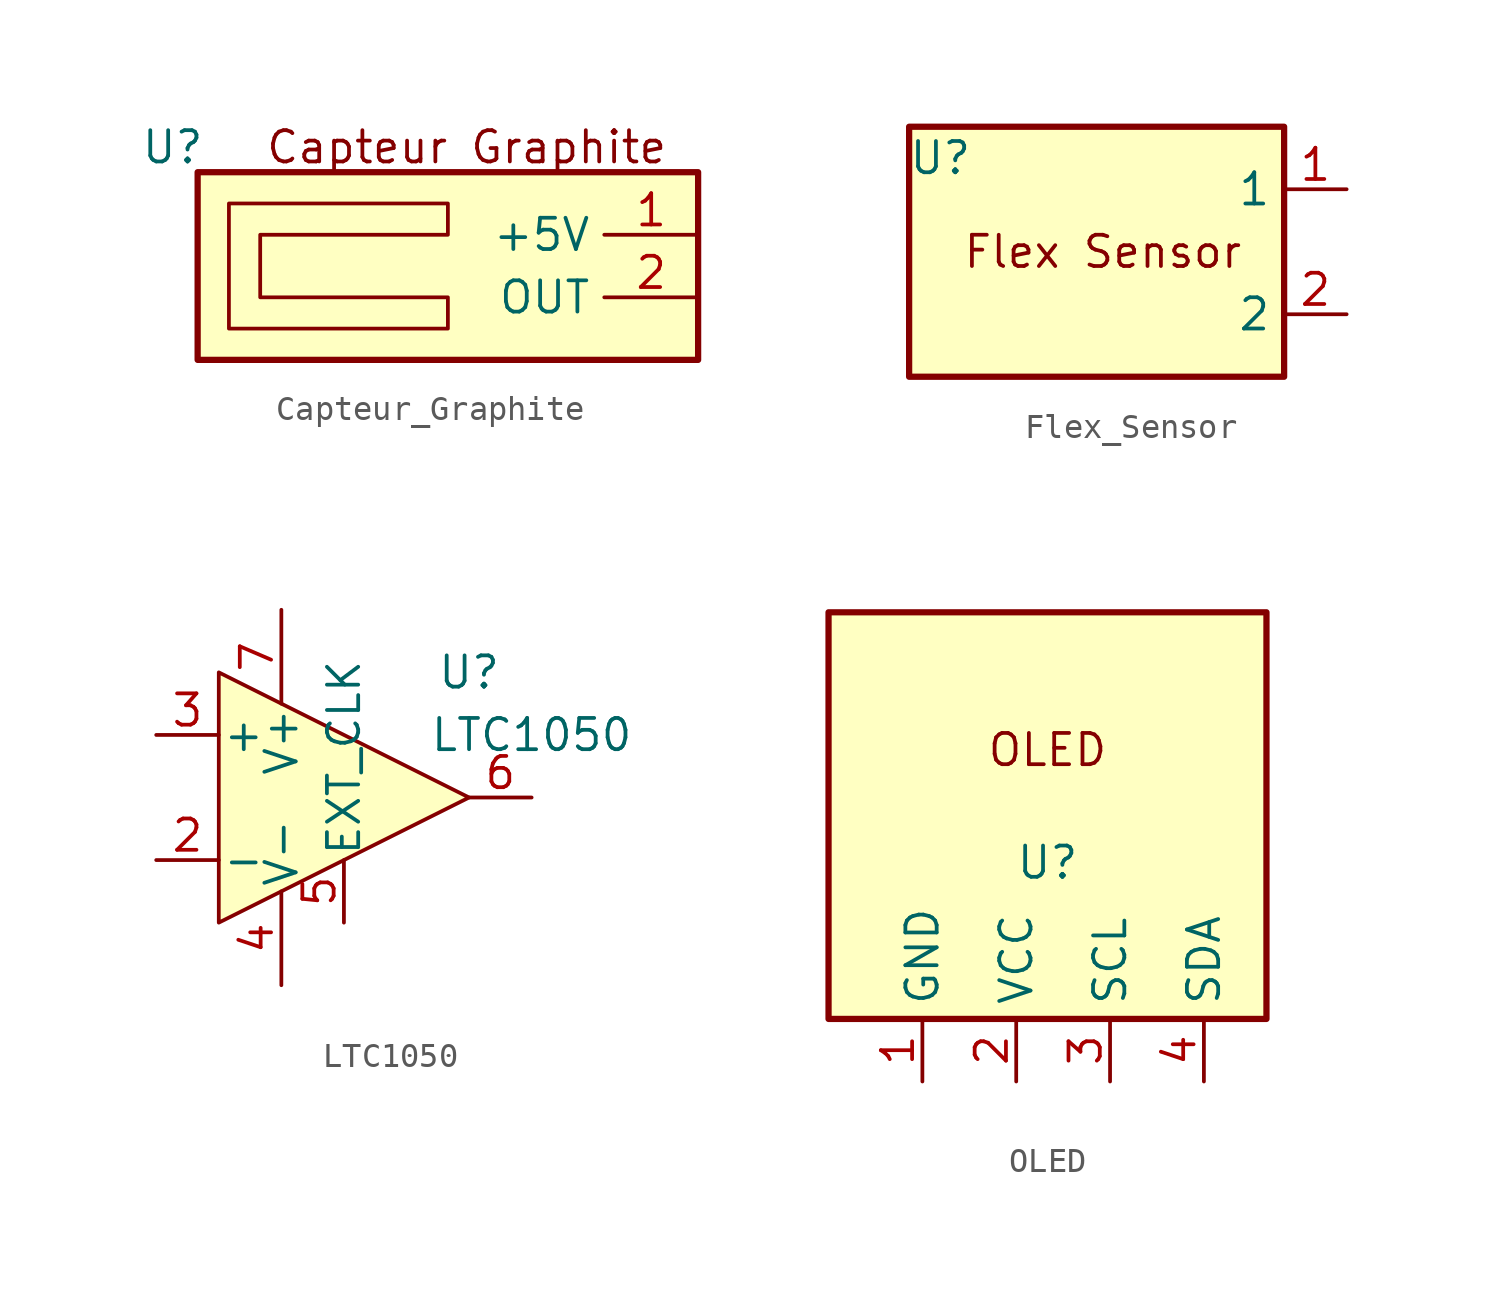
<source format=kicad_sym>
(kicad_symbol_lib
  (version 20241209)
  (generator "kicad_symbol_editor")
  (generator_version "9.0")
  (symbol "Capteur_Graphite"
    (property "Reference" "U"
      (at -13.716 -0.254 0)
      (effects (font (size 1.27 1.27))))
    (property "Value" ""
      (at 0 0 0)
      (effects (font (size 1.27 1.27))))
    (symbol "Capteur_Graphite_0_1"
      (rectangle (start -12.7 -1.27) (end 7.62 -8.89) (stroke (width 0) (type solid)) (fill (type none)))
      (rectangle (start -12.7 -1.27) (end 7.62 -8.89) (stroke (width 0.254) (type default)) (fill (type background)))
      (polyline (pts (xy -2.54 -7.62) (xy -2.54 -6.35) (xy -10.16 -6.35) (xy -10.16 -3.81) (xy -2.54 -3.81) (xy -2.54 -2.54) (xy -11.43 -2.54) (xy -11.43 -7.62) (xy -2.54 -7.62)) (stroke (width 0) (type solid)) (fill (type none))))
    (symbol "Capteur_Graphite_1_1"
      (text "Capteur Graphite" (at -1.778 -0.254 0) (effects (font (size 1.27 1.27))))
      (pin power_in line (at 7.62 -3.81 180) (length 3.81) (name "+5V" (effects (font (size 1.27 1.27)))) (number "1" (effects (font (size 1.27 1.27)))))
      (pin output line (at 7.62 -6.35 180) (length 3.81) (name "OUT" (effects (font (size 1.27 1.27)))) (number "2" (effects (font (size 1.27 1.27)))))))
  (symbol "Flex_Sensor"
    (property "Reference" "U"
      (at -6.35 3.81 0)
      (effects (font (size 1.27 1.27))))
    (property "Value" ""
      (at 0 0 0)
      (effects (font (size 1.27 1.27))))
    (symbol "Flex_Sensor_0_1"
      (rectangle (start -7.62 5.08) (end 7.62 -5.08) (stroke (width 0.254) (type default)) (fill (type background))))
    (symbol "Flex_Sensor_1_1"
      (text "Flex Sensor\n" (at 0.254 0 0) (effects (font (size 1.27 1.27))))
      (pin power_in line (at 10.16 2.54 180) (length 2.54) (name "1" (effects (font (size 1.27 1.27)))) (number "1" (effects (font (size 1.27 1.27)))))
      (pin output line (at 10.16 -2.54 180) (length 2.54) (name "2" (effects (font (size 1.27 1.27)))) (number "2" (effects (font (size 1.27 1.27)))))))
  (symbol "LTC1050"
    (pin_names
      (offset 0.127))
    (property "Reference" "U"
      (at 5.08 5.08 0)
      (effects (font (size 1.27 1.27))))
    (property "Value" "LTC1050"
      (at 7.62 2.54 0)
      (effects (font (size 1.27 1.27))))
    (symbol "LTC1050_0_1"
      (polyline (pts (xy -5.08 5.08) (xy -5.08 -5.08) (xy 5.08 0) (xy -5.08 5.08)) (stroke (width 0) (type default)) (fill (type background))))
    (symbol "LTC1050_1_1"
      (pin input line (at -7.62 2.54 0) (length 2.54) (name "+" (effects (font (size 1.27 1.27)))) (number "3" (effects (font (size 1.27 1.27)))))
      (pin input line (at -7.62 -2.54 0) (length 2.54) (name "-" (effects (font (size 1.27 1.27)))) (number "2" (effects (font (size 1.27 1.27)))))
      (pin no_connect line (at -5.08 0 0) (length 3.81) (hide yes) (name "NC" (effects (font (size 1.27 1.27)))) (number "1" (effects (font (size 1.27 1.27)))))
      (pin power_in line (at -2.54 7.62 270) (length 3.81) (name "V+" (effects (font (size 1.27 1.27)))) (number "7" (effects (font (size 1.27 1.27)))))
      (pin power_in line (at -2.54 -7.62 90) (length 3.81) (name "V-" (effects (font (size 1.27 1.27)))) (number "4" (effects (font (size 1.27 1.27)))))
      (pin no_connect line (at 0 2.54 270) (length 3.81) (hide yes) (name "NC" (effects (font (size 1.27 1.27)))) (number "8" (effects (font (size 1.27 1.27)))))
      (pin input line (at 0 -5.08 90) (length 2.54) (name "EXT_CLK" (effects (font (size 1.27 1.27)))) (number "5" (effects (font (size 1.27 1.27)))))
      (pin output line (at 7.62 0 180) (length 2.54) (name "~" (effects (font (size 1.27 1.27)))) (number "6" (effects (font (size 1.27 1.27)))))))
  (symbol "OLED"
    (property "Reference" "U"
      (at 0 0 0)
      (effects (font (size 1.27 1.27))))
    (property "Value" ""
      (at 0 0 0)
      (effects (font (size 1.27 1.27))))
    (symbol "OLED_0_1"
      (rectangle (start -8.89 10.16) (end 8.89 -6.35) (stroke (width 0) (type default)) (fill (type none)))
      (rectangle (start -8.89 10.16) (end 8.89 -6.35) (stroke (width 0.254) (type default)) (fill (type background))))
    (symbol "OLED_1_1"
      (text "OLED" (at 0 4.572 0) (effects (font (size 1.27 1.27))))
      (pin input line (at -5.08 -8.89 90) (length 2.54) (name "GND" (effects (font (size 1.27 1.27)))) (number "1" (effects (font (size 1.27 1.27)))))
      (pin input line (at -1.27 -8.89 90) (length 2.54) (name "VCC" (effects (font (size 1.27 1.27)))) (number "2" (effects (font (size 1.27 1.27)))))
      (pin input line (at 2.54 -8.89 90) (length 2.54) (name "SCL" (effects (font (size 1.27 1.27)))) (number "3" (effects (font (size 1.27 1.27)))))
      (pin input line (at 6.35 -8.89 90) (length 2.54) (name "SDA" (effects (font (size 1.27 1.27)))) (number "4" (effects (font (size 1.27 1.27))))))))
</source>
